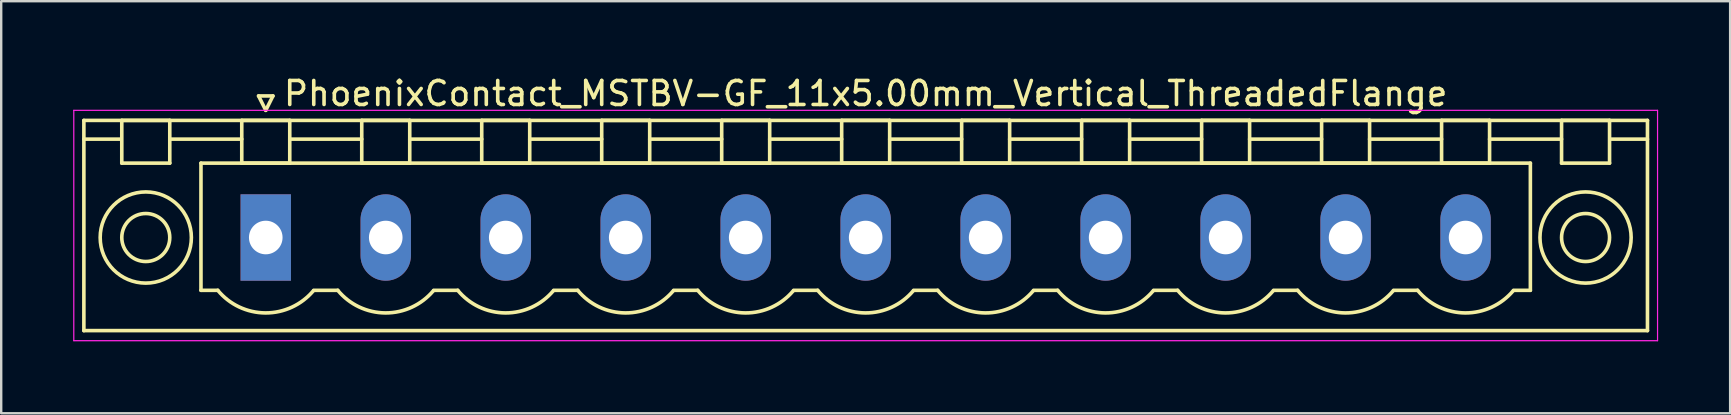
<source format=kicad_pcb>
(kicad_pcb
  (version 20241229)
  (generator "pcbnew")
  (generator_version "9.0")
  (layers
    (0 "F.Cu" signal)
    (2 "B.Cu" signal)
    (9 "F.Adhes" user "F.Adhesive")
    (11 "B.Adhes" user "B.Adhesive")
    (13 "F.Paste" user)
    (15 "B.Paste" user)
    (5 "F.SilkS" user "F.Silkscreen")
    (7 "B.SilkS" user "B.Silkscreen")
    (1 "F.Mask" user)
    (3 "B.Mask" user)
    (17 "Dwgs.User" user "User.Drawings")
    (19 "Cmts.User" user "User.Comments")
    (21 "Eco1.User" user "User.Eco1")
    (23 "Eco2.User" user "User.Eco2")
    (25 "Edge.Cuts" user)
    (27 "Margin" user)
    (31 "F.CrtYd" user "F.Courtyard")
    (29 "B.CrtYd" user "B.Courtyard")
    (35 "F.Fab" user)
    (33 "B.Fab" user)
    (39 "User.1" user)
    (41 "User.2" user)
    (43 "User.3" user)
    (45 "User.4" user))
  (footprint "PhoenixContact_MSTBV-GF_11x5.00mm_Vertical_ThreadedFlange"
    (layer "F.Cu")
    (at 8.025 6.848)
    (property "Reference" "PhoenixContact_MSTBV-GF_11x5.00mm_Vertical_ThreadedFlange" (at 25 -6 0) (layer "F.SilkS") (effects (font (size 1 1) (thickness 0.15))))
    (attr through_hole)
    (fp_line (start -7.58 -4.88) (end -7.58 3.88) (stroke (width 0.15) (type solid)) (layer "F.SilkS"))
    (fp_line (start -7.58 -4.1) (end -6.08 -4.1) (stroke (width 0.15) (type solid)) (layer "F.SilkS"))
    (fp_line (start -7.58 3.88) (end 57.58 3.88) (stroke (width 0.15) (type solid)) (layer "F.SilkS"))
    (fp_line (start -6 -4.88) (end -4 -4.88) (stroke (width 0.15) (type solid)) (layer "F.SilkS"))
    (fp_line (start -6 -3.1) (end -6 -4.88) (stroke (width 0.15) (type solid)) (layer "F.SilkS"))
    (fp_line (start -4 -4.88) (end -4 -3.1) (stroke (width 0.15) (type solid)) (layer "F.SilkS"))
    (fp_line (start -4 -4.1) (end -1 -4.1) (stroke (width 0.15) (type solid)) (layer "F.SilkS"))
    (fp_line (start -4 -3.1) (end -6 -3.1) (stroke (width 0.15) (type solid)) (layer "F.SilkS"))
    (fp_line (start -2.7 -3.1) (end 52.7 -3.1) (stroke (width 0.15) (type solid)) (layer "F.SilkS"))
    (fp_line (start -2.7 2.2) (end -2.7 -3.1) (stroke (width 0.15) (type solid)) (layer "F.SilkS"))
    (fp_line (start -2 2.2) (end -2.7 2.2) (stroke (width 0.15) (type solid)) (layer "F.SilkS"))
    (fp_line (start -1 -4.88) (end 1 -4.88) (stroke (width 0.15) (type solid)) (layer "F.SilkS"))
    (fp_line (start -1 -3.1) (end -1 -4.88) (stroke (width 0.15) (type solid)) (layer "F.SilkS"))
    (fp_line (start -0.3 -5.9) (end 0 -5.3) (stroke (width 0.15) (type solid)) (layer "F.SilkS"))
    (fp_line (start 0 -5.3) (end 0.3 -5.9) (stroke (width 0.15) (type solid)) (layer "F.SilkS"))
    (fp_line (start 0.3 -5.9) (end -0.3 -5.9) (stroke (width 0.15) (type solid)) (layer "F.SilkS"))
    (fp_line (start 1 -4.88) (end 1 -3.1) (stroke (width 0.15) (type solid)) (layer "F.SilkS"))
    (fp_line (start 1 -4.1) (end 4 -4.1) (stroke (width 0.15) (type solid)) (layer "F.SilkS"))
    (fp_line (start 1 -3.1) (end -1 -3.1) (stroke (width 0.15) (type solid)) (layer "F.SilkS"))
    (fp_line (start 2 2.2) (end 3 2.2) (stroke (width 0.15) (type solid)) (layer "F.SilkS"))
    (fp_line (start 4 -4.88) (end 6 -4.88) (stroke (width 0.15) (type solid)) (layer "F.SilkS"))
    (fp_line (start 4 -3.1) (end 4 -4.88) (stroke (width 0.15) (type solid)) (layer "F.SilkS"))
    (fp_line (start 6 -4.88) (end 6 -3.1) (stroke (width 0.15) (type solid)) (layer "F.SilkS"))
    (fp_line (start 6 -4.1) (end 9 -4.1) (stroke (width 0.15) (type solid)) (layer "F.SilkS"))
    (fp_line (start 6 -3.1) (end 4 -3.1) (stroke (width 0.15) (type solid)) (layer "F.SilkS"))
    (fp_line (start 7 2.2) (end 8 2.2) (stroke (width 0.15) (type solid)) (layer "F.SilkS"))
    (fp_line (start 9 -4.88) (end 11 -4.88) (stroke (width 0.15) (type solid)) (layer "F.SilkS"))
    (fp_line (start 9 -3.1) (end 9 -4.88) (stroke (width 0.15) (type solid)) (layer "F.SilkS"))
    (fp_line (start 11 -4.88) (end 11 -3.1) (stroke (width 0.15) (type solid)) (layer "F.SilkS"))
    (fp_line (start 11 -4.1) (end 14 -4.1) (stroke (width 0.15) (type solid)) (layer "F.SilkS"))
    (fp_line (start 11 -3.1) (end 9 -3.1) (stroke (width 0.15) (type solid)) (layer "F.SilkS"))
    (fp_line (start 12 2.2) (end 13 2.2) (stroke (width 0.15) (type solid)) (layer "F.SilkS"))
    (fp_line (start 14 -4.88) (end 16 -4.88) (stroke (width 0.15) (type solid)) (layer "F.SilkS"))
    (fp_line (start 14 -3.1) (end 14 -4.88) (stroke (width 0.15) (type solid)) (layer "F.SilkS"))
    (fp_line (start 16 -4.88) (end 16 -3.1) (stroke (width 0.15) (type solid)) (layer "F.SilkS"))
    (fp_line (start 16 -4.1) (end 19 -4.1) (stroke (width 0.15) (type solid)) (layer "F.SilkS"))
    (fp_line (start 16 -3.1) (end 14 -3.1) (stroke (width 0.15) (type solid)) (layer "F.SilkS"))
    (fp_line (start 17 2.2) (end 18 2.2) (stroke (width 0.15) (type solid)) (layer "F.SilkS"))
    (fp_line (start 19 -4.88) (end 21 -4.88) (stroke (width 0.15) (type solid)) (layer "F.SilkS"))
    (fp_line (start 19 -3.1) (end 19 -4.88) (stroke (width 0.15) (type solid)) (layer "F.SilkS"))
    (fp_line (start 21 -4.88) (end 21 -3.1) (stroke (width 0.15) (type solid)) (layer "F.SilkS"))
    (fp_line (start 21 -4.1) (end 24 -4.1) (stroke (width 0.15) (type solid)) (layer "F.SilkS"))
    (fp_line (start 21 -3.1) (end 19 -3.1) (stroke (width 0.15) (type solid)) (layer "F.SilkS"))
    (fp_line (start 22 2.2) (end 23 2.2) (stroke (width 0.15) (type solid)) (layer "F.SilkS"))
    (fp_line (start 24 -4.88) (end 26 -4.88) (stroke (width 0.15) (type solid)) (layer "F.SilkS"))
    (fp_line (start 24 -3.1) (end 24 -4.88) (stroke (width 0.15) (type solid)) (layer "F.SilkS"))
    (fp_line (start 26 -4.88) (end 26 -3.1) (stroke (width 0.15) (type solid)) (layer "F.SilkS"))
    (fp_line (start 26 -4.1) (end 29 -4.1) (stroke (width 0.15) (type solid)) (layer "F.SilkS"))
    (fp_line (start 26 -3.1) (end 24 -3.1) (stroke (width 0.15) (type solid)) (layer "F.SilkS"))
    (fp_line (start 27 2.2) (end 28 2.2) (stroke (width 0.15) (type solid)) (layer "F.SilkS"))
    (fp_line (start 29 -4.88) (end 31 -4.88) (stroke (width 0.15) (type solid)) (layer "F.SilkS"))
    (fp_line (start 29 -3.1) (end 29 -4.88) (stroke (width 0.15) (type solid)) (layer "F.SilkS"))
    (fp_line (start 31 -4.88) (end 31 -3.1) (stroke (width 0.15) (type solid)) (layer "F.SilkS"))
    (fp_line (start 31 -4.1) (end 34 -4.1) (stroke (width 0.15) (type solid)) (layer "F.SilkS"))
    (fp_line (start 31 -3.1) (end 29 -3.1) (stroke (width 0.15) (type solid)) (layer "F.SilkS"))
    (fp_line (start 32 2.2) (end 33 2.2) (stroke (width 0.15) (type solid)) (layer "F.SilkS"))
    (fp_line (start 34 -4.88) (end 36 -4.88) (stroke (width 0.15) (type solid)) (layer "F.SilkS"))
    (fp_line (start 34 -3.1) (end 34 -4.88) (stroke (width 0.15) (type solid)) (layer "F.SilkS"))
    (fp_line (start 36 -4.88) (end 36 -3.1) (stroke (width 0.15) (type solid)) (layer "F.SilkS"))
    (fp_line (start 36 -4.1) (end 39 -4.1) (stroke (width 0.15) (type solid)) (layer "F.SilkS"))
    (fp_line (start 36 -3.1) (end 34 -3.1) (stroke (width 0.15) (type solid)) (layer "F.SilkS"))
    (fp_line (start 37 2.2) (end 38 2.2) (stroke (width 0.15) (type solid)) (layer "F.SilkS"))
    (fp_line (start 39 -4.88) (end 41 -4.88) (stroke (width 0.15) (type solid)) (layer "F.SilkS"))
    (fp_line (start 39 -3.1) (end 39 -4.88) (stroke (width 0.15) (type solid)) (layer "F.SilkS"))
    (fp_line (start 41 -4.88) (end 41 -3.1) (stroke (width 0.15) (type solid)) (layer "F.SilkS"))
    (fp_line (start 41 -4.1) (end 44 -4.1) (stroke (width 0.15) (type solid)) (layer "F.SilkS"))
    (fp_line (start 41 -3.1) (end 39 -3.1) (stroke (width 0.15) (type solid)) (layer "F.SilkS"))
    (fp_line (start 42 2.2) (end 43 2.2) (stroke (width 0.15) (type solid)) (layer "F.SilkS"))
    (fp_line (start 44 -4.88) (end 46 -4.88) (stroke (width 0.15) (type solid)) (layer "F.SilkS"))
    (fp_line (start 44 -3.1) (end 44 -4.88) (stroke (width 0.15) (type solid)) (layer "F.SilkS"))
    (fp_line (start 46 -4.88) (end 46 -3.1) (stroke (width 0.15) (type solid)) (layer "F.SilkS"))
    (fp_line (start 46 -4.1) (end 49 -4.1) (stroke (width 0.15) (type solid)) (layer "F.SilkS"))
    (fp_line (start 46 -3.1) (end 44 -3.1) (stroke (width 0.15) (type solid)) (layer "F.SilkS"))
    (fp_line (start 47 2.2) (end 48 2.2) (stroke (width 0.15) (type solid)) (layer "F.SilkS"))
    (fp_line (start 49 -4.88) (end 51 -4.88) (stroke (width 0.15) (type solid)) (layer "F.SilkS"))
    (fp_line (start 49 -3.1) (end 49 -4.88) (stroke (width 0.15) (type solid)) (layer "F.SilkS"))
    (fp_line (start 51 -4.88) (end 51 -3.1) (stroke (width 0.15) (type solid)) (layer "F.SilkS"))
    (fp_line (start 51 -4.1) (end 54 -4.1) (stroke (width 0.15) (type solid)) (layer "F.SilkS"))
    (fp_line (start 51 -3.1) (end 49 -3.1) (stroke (width 0.15) (type solid)) (layer "F.SilkS"))
    (fp_line (start 52.7 -3.1) (end 52.7 2.2) (stroke (width 0.15) (type solid)) (layer "F.SilkS"))
    (fp_line (start 52.7 2.2) (end 52 2.2) (stroke (width 0.15) (type solid)) (layer "F.SilkS"))
    (fp_line (start 54 -4.88) (end 56 -4.88) (stroke (width 0.15) (type solid)) (layer "F.SilkS"))
    (fp_line (start 54 -3.1) (end 54 -4.88) (stroke (width 0.15) (type solid)) (layer "F.SilkS"))
    (fp_line (start 56 -4.88) (end 56 -3.1) (stroke (width 0.15) (type solid)) (layer "F.SilkS"))
    (fp_line (start 56 -3.1) (end 54 -3.1) (stroke (width 0.15) (type solid)) (layer "F.SilkS"))
    (fp_line (start 57.58 -4.88) (end -7.58 -4.88) (stroke (width 0.15) (type solid)) (layer "F.SilkS"))
    (fp_line (start 57.58 -4.1) (end 56.08 -4.1) (stroke (width 0.15) (type solid)) (layer "F.SilkS"))
    (fp_line (start 57.58 3.88) (end 57.58 -4.88) (stroke (width 0.15) (type solid)) (layer "F.SilkS"))
    (fp_arc (start 1.986842 2.215821) (mid -0.010289 3.142758) (end -2 2.2) (stroke (width 0.15) (type solid)) (layer "F.SilkS"))
    (fp_arc (start 6.986842 2.215821) (mid 4.989711 3.142758) (end 3 2.2) (stroke (width 0.15) (type solid)) (layer "F.SilkS"))
    (fp_arc (start 11.986842 2.215821) (mid 9.989711 3.142758) (end 8 2.2) (stroke (width 0.15) (type solid)) (layer "F.SilkS"))
    (fp_arc (start 16.986842 2.215821) (mid 14.989711 3.142758) (end 13 2.2) (stroke (width 0.15) (type solid)) (layer "F.SilkS"))
    (fp_arc (start 21.986842 2.215821) (mid 19.989711 3.142758) (end 18 2.2) (stroke (width 0.15) (type solid)) (layer "F.SilkS"))
    (fp_arc (start 26.986842 2.215821) (mid 24.989711 3.142758) (end 23 2.2) (stroke (width 0.15) (type solid)) (layer "F.SilkS"))
    (fp_arc (start 31.986842 2.215821) (mid 29.989711 3.142758) (end 28 2.2) (stroke (width 0.15) (type solid)) (layer "F.SilkS"))
    (fp_arc (start 36.986842 2.215821) (mid 34.989711 3.142758) (end 33 2.2) (stroke (width 0.15) (type solid)) (layer "F.SilkS"))
    (fp_arc (start 41.986842 2.215821) (mid 39.989711 3.142758) (end 38 2.2) (stroke (width 0.15) (type solid)) (layer "F.SilkS"))
    (fp_arc (start 46.986842 2.215821) (mid 44.989711 3.142758) (end 43 2.2) (stroke (width 0.15) (type solid)) (layer "F.SilkS"))
    (fp_arc (start 51.986842 2.215821) (mid 49.989711 3.142758) (end 48 2.2) (stroke (width 0.15) (type solid)) (layer "F.SilkS"))
    (fp_circle (center -5 0) (end -4 0) (stroke (width 0.15) (type solid)) (fill no) (layer "F.SilkS"))
    (fp_circle (center -5 0) (end -3.1 0) (stroke (width 0.15) (type solid)) (fill no) (layer "F.SilkS"))
    (fp_circle (center 55 0) (end 56 0) (stroke (width 0.15) (type solid)) (fill no) (layer "F.SilkS"))
    (fp_circle (center 55 0) (end 56.9 0) (stroke (width 0.15) (type solid)) (fill no) (layer "F.SilkS"))
    (fp_line (start -8 -5.3) (end -8 4.3) (stroke (width 0.05) (type solid)) (layer "F.CrtYd"))
    (fp_line (start -8 4.3) (end 58 4.3) (stroke (width 0.05) (type solid)) (layer "F.CrtYd"))
    (fp_line (start 58 -5.3) (end -8 -5.3) (stroke (width 0.05) (type solid)) (layer "F.CrtYd"))
    (fp_line (start 58 4.3) (end 58 -5.3) (stroke (width 0.05) (type solid)) (layer "F.CrtYd"))
    (pad "1" thru_hole rect (at 0 0) (size 2.1 3.6) (drill 1.4) (layers "*.Cu" "*.Mask"))
    (pad "2" thru_hole oval (at 5 0) (size 2.1 3.6) (drill 1.4) (layers "*.Cu" "*.Mask"))
    (pad "3" thru_hole oval (at 10 0) (size 2.1 3.6) (drill 1.4) (layers "*.Cu" "*.Mask"))
    (pad "4" thru_hole oval (at 15 0) (size 2.1 3.6) (drill 1.4) (layers "*.Cu" "*.Mask"))
    (pad "5" thru_hole oval (at 20 0) (size 2.1 3.6) (drill 1.4) (layers "*.Cu" "*.Mask"))
    (pad "6" thru_hole oval (at 25 0) (size 2.1 3.6) (drill 1.4) (layers "*.Cu" "*.Mask"))
    (pad "7" thru_hole oval (at 30 0) (size 2.1 3.6) (drill 1.4) (layers "*.Cu" "*.Mask"))
    (pad "8" thru_hole oval (at 35 0) (size 2.1 3.6) (drill 1.4) (layers "*.Cu" "*.Mask"))
    (pad "9" thru_hole oval (at 40 0) (size 2.1 3.6) (drill 1.4) (layers "*.Cu" "*.Mask"))
    (pad "10" thru_hole oval (at 45 0) (size 2.1 3.6) (drill 1.4) (layers "*.Cu" "*.Mask"))
    (pad "11" thru_hole oval (at 50 0) (size 2.1 3.6) (drill 1.4) (layers "*.Cu" "*.Mask")))
  (gr_rect
    (start -3 -3)
    (end 69.05 14.173)
    (stroke (width 0.1) (type default))
    (fill no)
    (layer "Edge.Cuts")))
</source>
